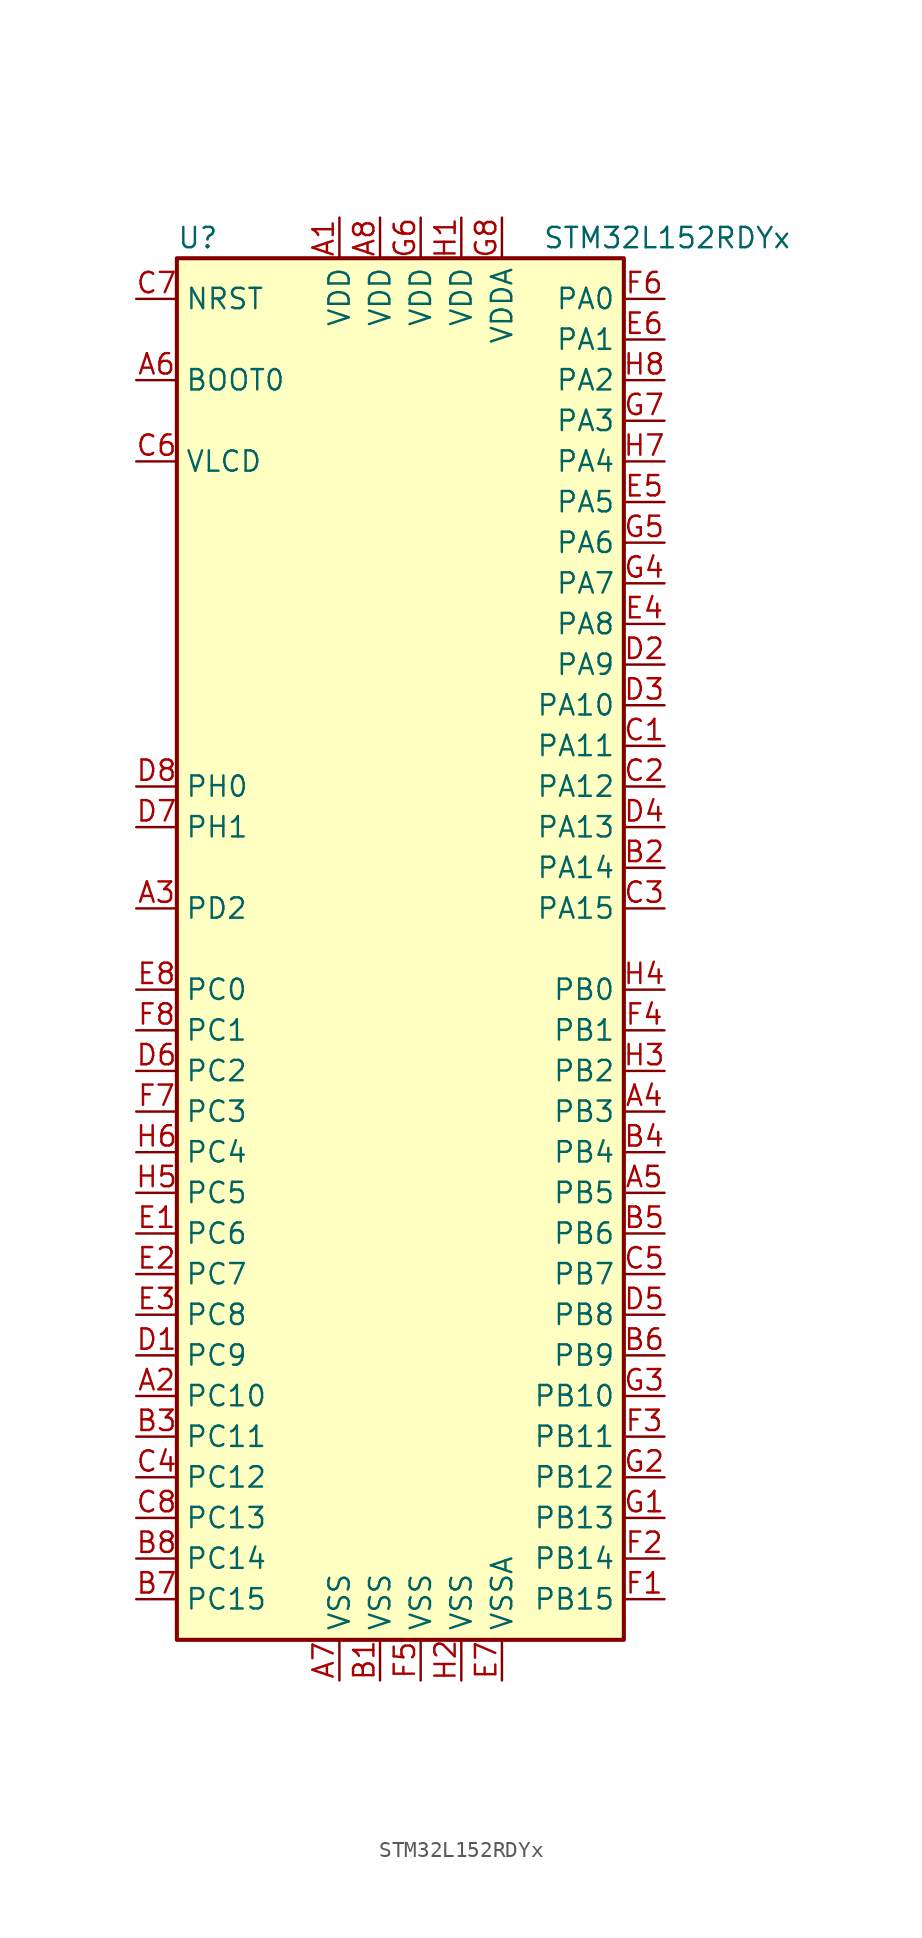
<source format=kicad_sym>
(kicad_symbol_lib
  (version 20201005)
  (generator kicad_symbol_editor)
  (symbol "MCU_ST_STM32L1:STM32L152RDYx"
    (property "Reference" "U"
      (at -15.24 44.45 0)
      (effects (font (size 1.27 1.27)) (justify left)))
    (property "Value" "STM32L152RDYx"
      (at 7.62 44.45 0)
      (effects (font (size 1.27 1.27)) (justify left)))
    (symbol "STM32L152RDYx_0_1"
      (rectangle (start -15.24 -43.18) (end 12.7 43.18) (stroke (width 0.254)) (fill (type background))))
    (symbol "STM32L152RDYx_1_1"
      (pin input line (at -17.78 35.56 0) (length 2.54) (name "BOOT0" (effects (font (size 1.27 1.27)))) (number "A6" (effects (font (size 1.27 1.27)))))
      (pin input line (at -17.78 40.64 0) (length 2.54) (name "NRST" (effects (font (size 1.27 1.27)))) (number "C7" (effects (font (size 1.27 1.27)))))
      (pin bidirectional line (at 15.24 40.64 180) (length 2.54) (name "PA0" (effects (font (size 1.27 1.27)))) (number "F6" (effects (font (size 1.27 1.27)))))
      (pin bidirectional line (at 15.24 38.1 180) (length 2.54) (name "PA1" (effects (font (size 1.27 1.27)))) (number "E6" (effects (font (size 1.27 1.27)))))
      (pin bidirectional line (at 15.24 15.24 180) (length 2.54) (name "PA10" (effects (font (size 1.27 1.27)))) (number "D3" (effects (font (size 1.27 1.27)))))
      (pin bidirectional line (at 15.24 12.7 180) (length 2.54) (name "PA11" (effects (font (size 1.27 1.27)))) (number "C1" (effects (font (size 1.27 1.27)))))
      (pin bidirectional line (at 15.24 10.16 180) (length 2.54) (name "PA12" (effects (font (size 1.27 1.27)))) (number "C2" (effects (font (size 1.27 1.27)))))
      (pin bidirectional line (at 15.24 7.62 180) (length 2.54) (name "PA13" (effects (font (size 1.27 1.27)))) (number "D4" (effects (font (size 1.27 1.27)))))
      (pin bidirectional line (at 15.24 5.08 180) (length 2.54) (name "PA14" (effects (font (size 1.27 1.27)))) (number "B2" (effects (font (size 1.27 1.27)))))
      (pin bidirectional line (at 15.24 2.54 180) (length 2.54) (name "PA15" (effects (font (size 1.27 1.27)))) (number "C3" (effects (font (size 1.27 1.27)))))
      (pin bidirectional line (at 15.24 35.56 180) (length 2.54) (name "PA2" (effects (font (size 1.27 1.27)))) (number "H8" (effects (font (size 1.27 1.27)))))
      (pin bidirectional line (at 15.24 33.02 180) (length 2.54) (name "PA3" (effects (font (size 1.27 1.27)))) (number "G7" (effects (font (size 1.27 1.27)))))
      (pin bidirectional line (at 15.24 30.48 180) (length 2.54) (name "PA4" (effects (font (size 1.27 1.27)))) (number "H7" (effects (font (size 1.27 1.27)))))
      (pin bidirectional line (at 15.24 27.94 180) (length 2.54) (name "PA5" (effects (font (size 1.27 1.27)))) (number "E5" (effects (font (size 1.27 1.27)))))
      (pin bidirectional line (at 15.24 25.4 180) (length 2.54) (name "PA6" (effects (font (size 1.27 1.27)))) (number "G5" (effects (font (size 1.27 1.27)))))
      (pin bidirectional line (at 15.24 22.86 180) (length 2.54) (name "PA7" (effects (font (size 1.27 1.27)))) (number "G4" (effects (font (size 1.27 1.27)))))
      (pin bidirectional line (at 15.24 20.32 180) (length 2.54) (name "PA8" (effects (font (size 1.27 1.27)))) (number "E4" (effects (font (size 1.27 1.27)))))
      (pin bidirectional line (at 15.24 17.78 180) (length 2.54) (name "PA9" (effects (font (size 1.27 1.27)))) (number "D2" (effects (font (size 1.27 1.27)))))
      (pin bidirectional line (at 15.24 -2.54 180) (length 2.54) (name "PB0" (effects (font (size 1.27 1.27)))) (number "H4" (effects (font (size 1.27 1.27)))))
      (pin bidirectional line (at 15.24 -5.08 180) (length 2.54) (name "PB1" (effects (font (size 1.27 1.27)))) (number "F4" (effects (font (size 1.27 1.27)))))
      (pin bidirectional line (at 15.24 -27.94 180) (length 2.54) (name "PB10" (effects (font (size 1.27 1.27)))) (number "G3" (effects (font (size 1.27 1.27)))))
      (pin bidirectional line (at 15.24 -30.48 180) (length 2.54) (name "PB11" (effects (font (size 1.27 1.27)))) (number "F3" (effects (font (size 1.27 1.27)))))
      (pin bidirectional line (at 15.24 -33.02 180) (length 2.54) (name "PB12" (effects (font (size 1.27 1.27)))) (number "G2" (effects (font (size 1.27 1.27)))))
      (pin bidirectional line (at 15.24 -35.56 180) (length 2.54) (name "PB13" (effects (font (size 1.27 1.27)))) (number "G1" (effects (font (size 1.27 1.27)))))
      (pin bidirectional line (at 15.24 -38.1 180) (length 2.54) (name "PB14" (effects (font (size 1.27 1.27)))) (number "F2" (effects (font (size 1.27 1.27)))))
      (pin bidirectional line (at 15.24 -40.64 180) (length 2.54) (name "PB15" (effects (font (size 1.27 1.27)))) (number "F1" (effects (font (size 1.27 1.27)))))
      (pin bidirectional line (at 15.24 -7.62 180) (length 2.54) (name "PB2" (effects (font (size 1.27 1.27)))) (number "H3" (effects (font (size 1.27 1.27)))))
      (pin bidirectional line (at 15.24 -10.16 180) (length 2.54) (name "PB3" (effects (font (size 1.27 1.27)))) (number "A4" (effects (font (size 1.27 1.27)))))
      (pin bidirectional line (at 15.24 -12.7 180) (length 2.54) (name "PB4" (effects (font (size 1.27 1.27)))) (number "B4" (effects (font (size 1.27 1.27)))))
      (pin bidirectional line (at 15.24 -15.24 180) (length 2.54) (name "PB5" (effects (font (size 1.27 1.27)))) (number "A5" (effects (font (size 1.27 1.27)))))
      (pin bidirectional line (at 15.24 -17.78 180) (length 2.54) (name "PB6" (effects (font (size 1.27 1.27)))) (number "B5" (effects (font (size 1.27 1.27)))))
      (pin bidirectional line (at 15.24 -20.32 180) (length 2.54) (name "PB7" (effects (font (size 1.27 1.27)))) (number "C5" (effects (font (size 1.27 1.27)))))
      (pin bidirectional line (at 15.24 -22.86 180) (length 2.54) (name "PB8" (effects (font (size 1.27 1.27)))) (number "D5" (effects (font (size 1.27 1.27)))))
      (pin bidirectional line (at 15.24 -25.4 180) (length 2.54) (name "PB9" (effects (font (size 1.27 1.27)))) (number "B6" (effects (font (size 1.27 1.27)))))
      (pin bidirectional line (at -17.78 -2.54 0) (length 2.54) (name "PC0" (effects (font (size 1.27 1.27)))) (number "E8" (effects (font (size 1.27 1.27)))))
      (pin bidirectional line (at -17.78 -5.08 0) (length 2.54) (name "PC1" (effects (font (size 1.27 1.27)))) (number "F8" (effects (font (size 1.27 1.27)))))
      (pin bidirectional line (at -17.78 -27.94 0) (length 2.54) (name "PC10" (effects (font (size 1.27 1.27)))) (number "A2" (effects (font (size 1.27 1.27)))))
      (pin bidirectional line (at -17.78 -30.48 0) (length 2.54) (name "PC11" (effects (font (size 1.27 1.27)))) (number "B3" (effects (font (size 1.27 1.27)))))
      (pin bidirectional line (at -17.78 -33.02 0) (length 2.54) (name "PC12" (effects (font (size 1.27 1.27)))) (number "C4" (effects (font (size 1.27 1.27)))))
      (pin bidirectional line (at -17.78 -35.56 0) (length 2.54) (name "PC13" (effects (font (size 1.27 1.27)))) (number "C8" (effects (font (size 1.27 1.27)))))
      (pin bidirectional line (at -17.78 -38.1 0) (length 2.54) (name "PC14" (effects (font (size 1.27 1.27)))) (number "B8" (effects (font (size 1.27 1.27)))))
      (pin bidirectional line (at -17.78 -40.64 0) (length 2.54) (name "PC15" (effects (font (size 1.27 1.27)))) (number "B7" (effects (font (size 1.27 1.27)))))
      (pin bidirectional line (at -17.78 -7.62 0) (length 2.54) (name "PC2" (effects (font (size 1.27 1.27)))) (number "D6" (effects (font (size 1.27 1.27)))))
      (pin bidirectional line (at -17.78 -10.16 0) (length 2.54) (name "PC3" (effects (font (size 1.27 1.27)))) (number "F7" (effects (font (size 1.27 1.27)))))
      (pin bidirectional line (at -17.78 -12.7 0) (length 2.54) (name "PC4" (effects (font (size 1.27 1.27)))) (number "H6" (effects (font (size 1.27 1.27)))))
      (pin bidirectional line (at -17.78 -15.24 0) (length 2.54) (name "PC5" (effects (font (size 1.27 1.27)))) (number "H5" (effects (font (size 1.27 1.27)))))
      (pin bidirectional line (at -17.78 -17.78 0) (length 2.54) (name "PC6" (effects (font (size 1.27 1.27)))) (number "E1" (effects (font (size 1.27 1.27)))))
      (pin bidirectional line (at -17.78 -20.32 0) (length 2.54) (name "PC7" (effects (font (size 1.27 1.27)))) (number "E2" (effects (font (size 1.27 1.27)))))
      (pin bidirectional line (at -17.78 -22.86 0) (length 2.54) (name "PC8" (effects (font (size 1.27 1.27)))) (number "E3" (effects (font (size 1.27 1.27)))))
      (pin bidirectional line (at -17.78 -25.4 0) (length 2.54) (name "PC9" (effects (font (size 1.27 1.27)))) (number "D1" (effects (font (size 1.27 1.27)))))
      (pin bidirectional line (at -17.78 2.54 0) (length 2.54) (name "PD2" (effects (font (size 1.27 1.27)))) (number "A3" (effects (font (size 1.27 1.27)))))
      (pin input line (at -17.78 10.16 0) (length 2.54) (name "PH0" (effects (font (size 1.27 1.27)))) (number "D8" (effects (font (size 1.27 1.27)))))
      (pin input line (at -17.78 7.62 0) (length 2.54) (name "PH1" (effects (font (size 1.27 1.27)))) (number "D7" (effects (font (size 1.27 1.27)))))
      (pin power_in line (at -5.08 45.72 270) (length 2.54) (name "VDD" (effects (font (size 1.27 1.27)))) (number "A1" (effects (font (size 1.27 1.27)))))
      (pin power_in line (at -2.54 45.72 270) (length 2.54) (name "VDD" (effects (font (size 1.27 1.27)))) (number "A8" (effects (font (size 1.27 1.27)))))
      (pin power_in line (at 0 45.72 270) (length 2.54) (name "VDD" (effects (font (size 1.27 1.27)))) (number "G6" (effects (font (size 1.27 1.27)))))
      (pin power_in line (at 2.54 45.72 270) (length 2.54) (name "VDD" (effects (font (size 1.27 1.27)))) (number "H1" (effects (font (size 1.27 1.27)))))
      (pin power_in line (at 5.08 45.72 270) (length 2.54) (name "VDDA" (effects (font (size 1.27 1.27)))) (number "G8" (effects (font (size 1.27 1.27)))))
      (pin power_in line (at -17.78 30.48 0) (length 2.54) (name "VLCD" (effects (font (size 1.27 1.27)))) (number "C6" (effects (font (size 1.27 1.27)))))
      (pin power_in line (at -5.08 -45.72 90) (length 2.54) (name "VSS" (effects (font (size 1.27 1.27)))) (number "A7" (effects (font (size 1.27 1.27)))))
      (pin power_in line (at -2.54 -45.72 90) (length 2.54) (name "VSS" (effects (font (size 1.27 1.27)))) (number "B1" (effects (font (size 1.27 1.27)))))
      (pin power_in line (at 0 -45.72 90) (length 2.54) (name "VSS" (effects (font (size 1.27 1.27)))) (number "F5" (effects (font (size 1.27 1.27)))))
      (pin power_in line (at 2.54 -45.72 90) (length 2.54) (name "VSS" (effects (font (size 1.27 1.27)))) (number "H2" (effects (font (size 1.27 1.27)))))
      (pin power_in line (at 5.08 -45.72 90) (length 2.54) (name "VSSA" (effects (font (size 1.27 1.27)))) (number "E7" (effects (font (size 1.27 1.27))))))))
</source>
